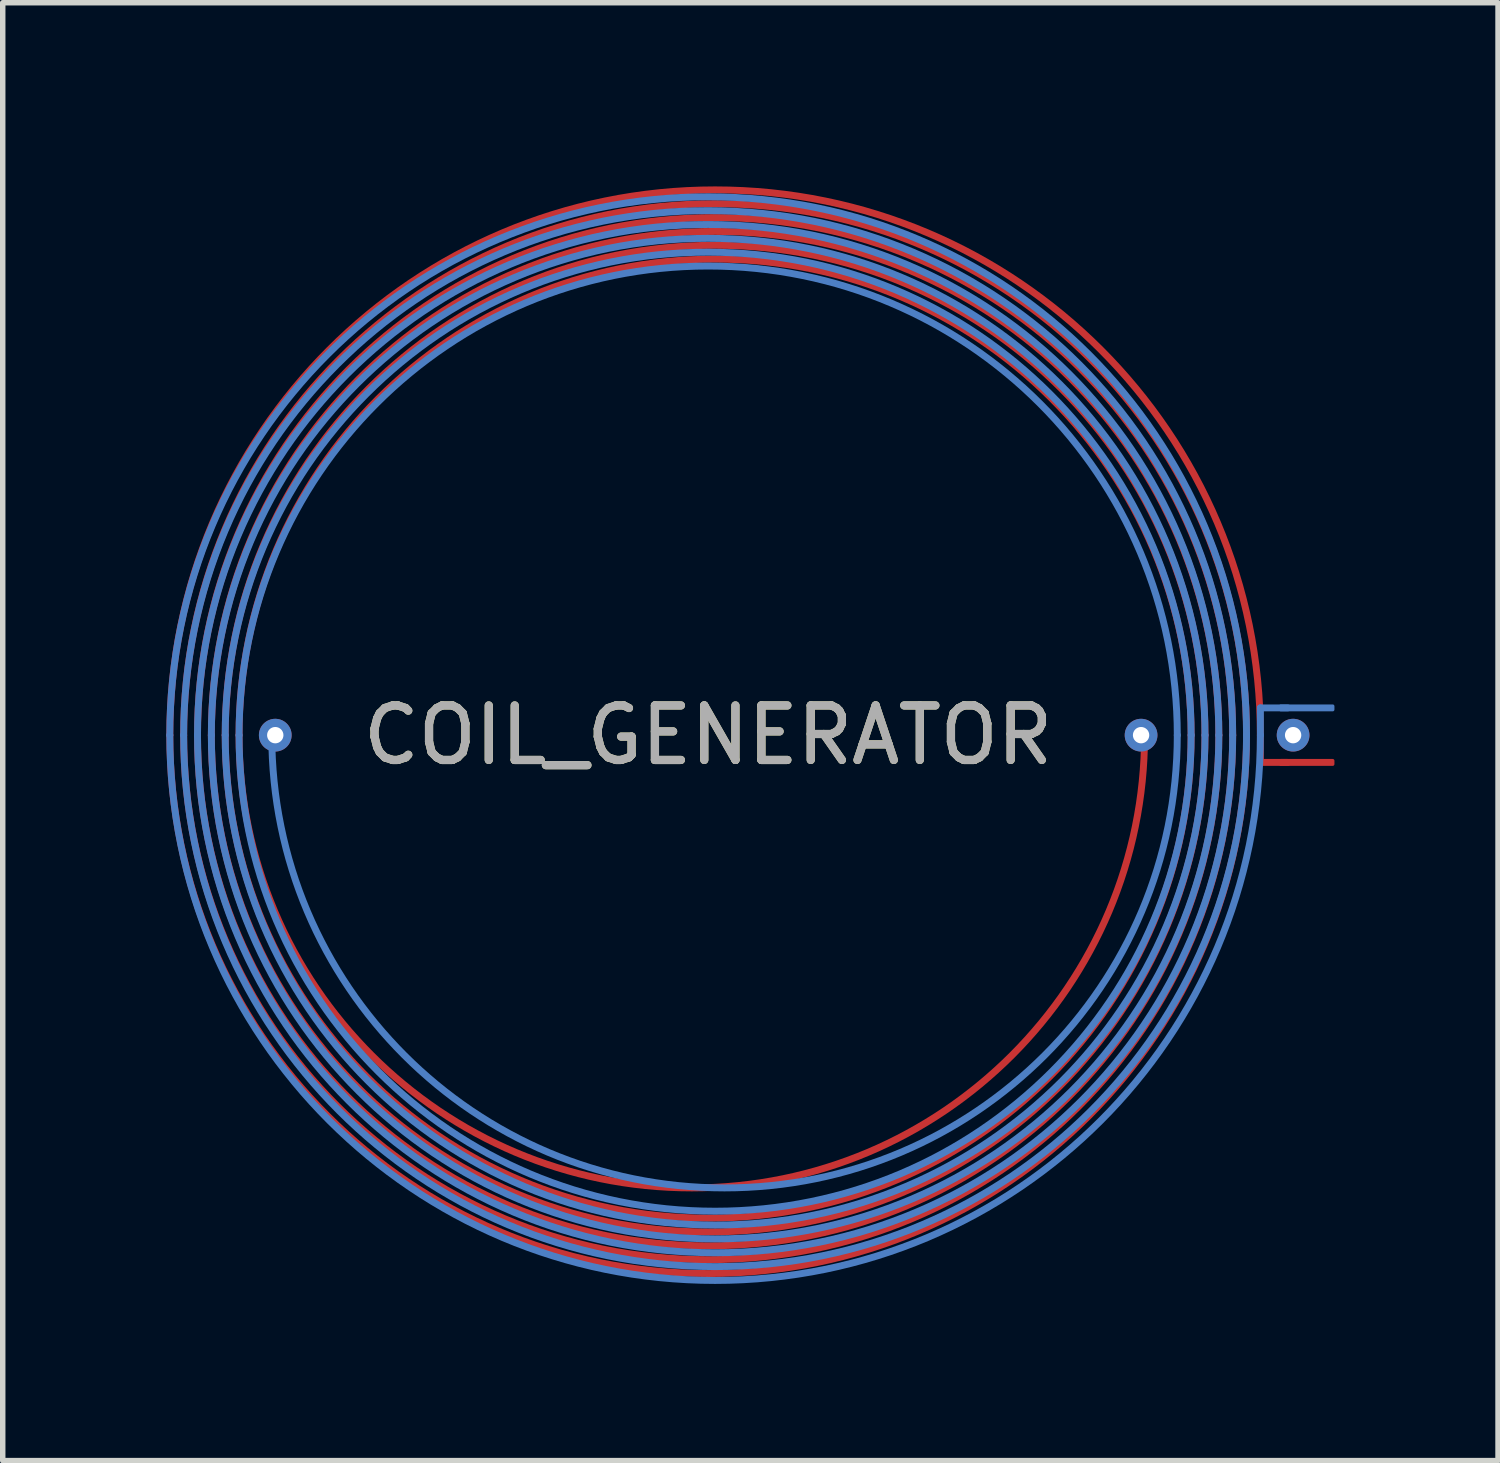
<source format=kicad_pcb>
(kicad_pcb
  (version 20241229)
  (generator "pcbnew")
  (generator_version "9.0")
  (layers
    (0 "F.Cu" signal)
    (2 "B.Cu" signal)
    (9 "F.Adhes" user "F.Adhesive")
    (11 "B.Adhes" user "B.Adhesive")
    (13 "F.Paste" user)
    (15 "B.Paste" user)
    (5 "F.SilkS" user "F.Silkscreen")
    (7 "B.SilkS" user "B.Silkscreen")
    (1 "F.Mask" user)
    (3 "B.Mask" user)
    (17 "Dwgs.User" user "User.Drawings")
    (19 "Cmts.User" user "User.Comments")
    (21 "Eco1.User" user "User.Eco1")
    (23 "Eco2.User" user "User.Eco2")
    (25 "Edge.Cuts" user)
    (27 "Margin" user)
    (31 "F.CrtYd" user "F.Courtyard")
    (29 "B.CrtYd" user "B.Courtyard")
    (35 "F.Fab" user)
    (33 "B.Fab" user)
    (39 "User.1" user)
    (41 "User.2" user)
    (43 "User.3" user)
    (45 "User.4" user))
  (footprint "COIL_GENERATOR"
    (layer "F.Cu")
    (at 9.937 10.432)
    (property "Reference" "COIL_GENERATOR" (at 0 0 0) (unlocked yes) (layer "F.SilkS") (effects (font (size 1 1) (thickness 0.15))))
    (attr smd)
    (fp_line (start 10.127 0) (end 10.127 0.5) (stroke (width 0.127) (type solid)) (layer "F.Cu"))
    (fp_line (start 10.127 0.5) (end 10.627 0.5) (stroke (width 0.127) (type solid)) (layer "F.Cu"))
    (fp_arc (start -9.873 0) (mid 0.127 -10) (end 10.127 0) (stroke (width 0.127) (type solid)) (layer "F.Cu"))
    (fp_arc (start -9.619 0) (mid 0.127 -9.746) (end 9.873 0) (stroke (width 0.127) (type solid)) (layer "F.Cu"))
    (fp_arc (start -9.365 0) (mid 0.127 -9.492) (end 9.619 0) (stroke (width 0.127) (type solid)) (layer "F.Cu"))
    (fp_arc (start -9.111 0) (mid 0.127 -9.238) (end 9.365 0) (stroke (width 0.127) (type solid)) (layer "F.Cu"))
    (fp_arc (start -8.857 0) (mid 0.127 -8.984) (end 9.111 0) (stroke (width 0.127) (type solid)) (layer "F.Cu"))
    (fp_arc (start -8.603 0) (mid -0.127 -8.73) (end 8.857 0) (stroke (width 0.127) (type solid)) (layer "F.Cu"))
    (fp_arc (start 8.003 0) (mid -0.6 8.303) (end -8.603 0) (stroke (width 0.127) (type solid)) (layer "F.Cu"))
    (fp_arc (start 8.857 0) (mid 0 8.857) (end -8.857 0) (stroke (width 0.127) (type solid)) (layer "F.Cu"))
    (fp_arc (start 9.111 0) (mid 0 9.111) (end -9.111 0) (stroke (width 0.127) (type solid)) (layer "F.Cu"))
    (fp_arc (start 9.365 0) (mid 0 9.365) (end -9.365 0) (stroke (width 0.127) (type solid)) (layer "F.Cu"))
    (fp_arc (start 9.619 0) (mid 0 9.619) (end -9.619 0) (stroke (width 0.127) (type solid)) (layer "F.Cu"))
    (fp_arc (start 9.873 0) (mid 0 9.873) (end -9.873 0) (stroke (width 0.127) (type solid)) (layer "F.Cu"))
    (fp_line (start 10.127 -0.5) (end 10.627 -0.5) (stroke (width 0.127) (type solid)) (layer "B.Cu"))
    (fp_line (start 10.127 0) (end 10.127 -0.5) (stroke (width 0.127) (type solid)) (layer "B.Cu"))
    (fp_arc (start -9.873 0) (mid 0 -9.873) (end 9.873 0) (stroke (width 0.127) (type solid)) (layer "B.Cu"))
    (fp_arc (start -9.619 0) (mid 0 -9.619) (end 9.619 0) (stroke (width 0.127) (type solid)) (layer "B.Cu"))
    (fp_arc (start -9.365 0) (mid 0 -9.365) (end 9.365 0) (stroke (width 0.127) (type solid)) (layer "B.Cu"))
    (fp_arc (start -9.111 0) (mid 0 -9.111) (end 9.111 0) (stroke (width 0.127) (type solid)) (layer "B.Cu"))
    (fp_arc (start -8.857 0) (mid 0 -8.857) (end 8.857 0) (stroke (width 0.127) (type solid)) (layer "B.Cu"))
    (fp_arc (start -8.603 0) (mid 0 -8.603) (end 8.603 0) (stroke (width 0.127) (type solid)) (layer "B.Cu"))
    (fp_arc (start 8.603 0) (mid 0.6 8.303) (end -8.003 0) (stroke (width 0.127) (type solid)) (layer "B.Cu"))
    (fp_arc (start 8.857 0) (mid 0.127 8.73) (end -8.603 0) (stroke (width 0.127) (type solid)) (layer "B.Cu"))
    (fp_arc (start 9.111 0) (mid 0.127 8.984) (end -8.857 0) (stroke (width 0.127) (type solid)) (layer "B.Cu"))
    (fp_arc (start 9.365 0) (mid 0.127 9.238) (end -9.111 0) (stroke (width 0.127) (type solid)) (layer "B.Cu"))
    (fp_arc (start 9.619 0) (mid 0.127 9.492) (end -9.365 0) (stroke (width 0.127) (type solid)) (layer "B.Cu"))
    (fp_arc (start 9.873 0) (mid 0.127 9.746) (end -9.619 0) (stroke (width 0.127) (type solid)) (layer "B.Cu"))
    (fp_arc (start 10.127 0) (mid 0.127 10) (end -9.873 0) (stroke (width 0.127) (type solid)) (layer "B.Cu"))
    (fp_arc (start -9.873 0) (mid 0.727 -9.873) (end 9.873 0) (stroke (width 0.127) (type solid)) (layer "In1.Cu"))
    (fp_arc (start -9.619 0) (mid 0 -9.619) (end 9.619 0) (stroke (width 0.127) (type solid)) (layer "In1.Cu"))
    (fp_arc (start -9.365 0) (mid 0 -9.365) (end 9.365 0) (stroke (width 0.127) (type solid)) (layer "In1.Cu"))
    (fp_arc (start -9.111 0) (mid 0 -9.111) (end 9.111 0) (stroke (width 0.127) (type solid)) (layer "In1.Cu"))
    (fp_arc (start -8.857 0) (mid 0 -8.857) (end 8.857 0) (stroke (width 0.127) (type solid)) (layer "In1.Cu"))
    (fp_arc (start -8.603 0) (mid -0.6 -8.303) (end 8.003 0) (stroke (width 0.127) (type solid)) (layer "In1.Cu"))
    (fp_arc (start 8.857 0) (mid -0.127 8.73) (end -8.603 0) (stroke (width 0.127) (type solid)) (layer "In1.Cu"))
    (fp_arc (start 9.111 0) (mid 0.127 8.984) (end -8.857 0) (stroke (width 0.127) (type solid)) (layer "In1.Cu"))
    (fp_arc (start 9.365 0) (mid 0.127 9.238) (end -9.111 0) (stroke (width 0.127) (type solid)) (layer "In1.Cu"))
    (fp_arc (start 9.619 0) (mid 0.127 9.492) (end -9.365 0) (stroke (width 0.127) (type solid)) (layer "In1.Cu"))
    (fp_arc (start 9.873 0) (mid 0.127 9.746) (end -9.619 0) (stroke (width 0.127) (type solid)) (layer "In1.Cu"))
    (fp_arc (start 10.727 0) (mid 0.727 10.236) (end -9.873 0) (stroke (width 0.127) (type solid)) (layer "In1.Cu"))
    (fp_arc (start -9.873 0) (mid 0.727 -10.364) (end 10.727 0) (stroke (width 0.127) (type solid)) (layer "In2.Cu"))
    (fp_arc (start -9.619 0) (mid 0.127 -9.746) (end 9.873 0) (stroke (width 0.127) (type solid)) (layer "In2.Cu"))
    (fp_arc (start -9.365 0) (mid 0.127 -9.492) (end 9.619 0) (stroke (width 0.127) (type solid)) (layer "In2.Cu"))
    (fp_arc (start -9.111 0) (mid 0.127 -9.238) (end 9.365 0) (stroke (width 0.127) (type solid)) (layer "In2.Cu"))
    (fp_arc (start -8.857 0) (mid 0.127 -8.984) (end 9.111 0) (stroke (width 0.127) (type solid)) (layer "In2.Cu"))
    (fp_arc (start -8.603 0) (mid 0.127 -8.73) (end 8.857 0) (stroke (width 0.127) (type solid)) (layer "In2.Cu"))
    (fp_arc (start -8.003 0) (mid 0.6 -8.303) (end 8.603 0) (stroke (width 0.127) (type solid)) (layer "In2.Cu"))
    (fp_arc (start 8.603 0) (mid 0 8.603) (end -8.603 0) (stroke (width 0.127) (type solid)) (layer "In2.Cu"))
    (fp_arc (start 8.857 0) (mid 0 8.857) (end -8.857 0) (stroke (width 0.127) (type solid)) (layer "In2.Cu"))
    (fp_arc (start 9.111 0) (mid 0 9.111) (end -9.111 0) (stroke (width 0.127) (type solid)) (layer "In2.Cu"))
    (fp_arc (start 9.365 0) (mid 0 9.365) (end -9.365 0) (stroke (width 0.127) (type solid)) (layer "In2.Cu"))
    (fp_arc (start 9.619 0) (mid 0 9.619) (end -9.619 0) (stroke (width 0.127) (type solid)) (layer "In2.Cu"))
    (fp_arc (start 9.873 0) (mid 0.727 9.873) (end -9.873 0) (stroke (width 0.127) (type solid)) (layer "In2.Cu"))
    (fp_text user "${REFERENCE}" (at 0 0 0) (unlocked yes) (layer "F.Fab") (effects (font (size 1 1) (thickness 0.15))))
    (pad "" thru_hole circle (at -7.939 0) (size 0.6 0.6) (drill 0.3) (layers "*.Cu" "*.Mask"))
    (pad "" thru_hole circle (at 7.939 0) (size 0.6 0.6) (drill 0.3) (layers "*.Cu" "*.Mask"))
    (pad "" thru_hole circle (at 10.727 0) (size 0.6 0.6) (drill 0.3) (layers "*.Cu" "*.Mask"))
    (pad "1" smd roundrect (at 10.977 0.5) (size 1.016 0.127) (layers "F.Cu") (roundrect_rratio 0.25))
    (pad "2" smd roundrect (at 10.977 -0.5) (size 1.016 0.127) (layers "B.Cu") (roundrect_rratio 0.25)))
  (gr_rect
    (start -3 -3)
    (end 24.422 23.736)
    (stroke (width 0.1) (type default))
    (fill no)
    (layer "Edge.Cuts")))
</source>
